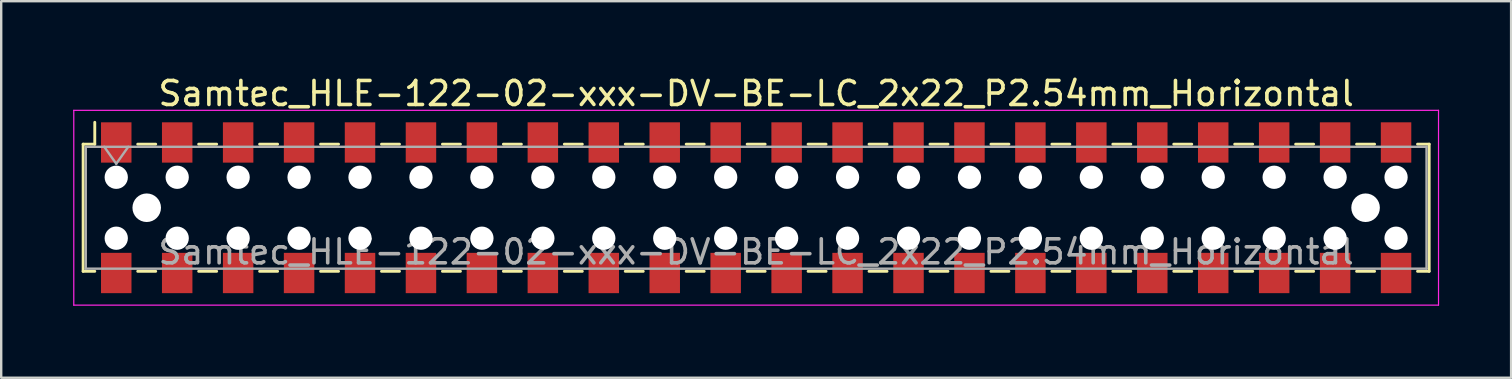
<source format=kicad_pcb>
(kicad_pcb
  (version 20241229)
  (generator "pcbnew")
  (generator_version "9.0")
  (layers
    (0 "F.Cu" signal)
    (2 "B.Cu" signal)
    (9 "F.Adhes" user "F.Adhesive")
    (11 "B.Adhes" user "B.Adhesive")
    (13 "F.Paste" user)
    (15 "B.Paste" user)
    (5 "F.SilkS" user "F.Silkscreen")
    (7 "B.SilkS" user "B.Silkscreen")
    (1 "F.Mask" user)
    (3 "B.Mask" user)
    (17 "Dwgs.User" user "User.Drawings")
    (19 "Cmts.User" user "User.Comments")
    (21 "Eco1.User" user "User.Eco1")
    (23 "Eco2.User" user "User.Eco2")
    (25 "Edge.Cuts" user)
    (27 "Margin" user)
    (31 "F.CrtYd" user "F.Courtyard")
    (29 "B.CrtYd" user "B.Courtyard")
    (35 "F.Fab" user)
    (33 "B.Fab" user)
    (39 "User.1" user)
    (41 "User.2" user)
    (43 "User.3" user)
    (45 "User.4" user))
  (footprint "Samtec_HLE-122-02-xxx-DV-BE-LC_2x22_P2.54mm_Horizontal"
    (layer "F.Cu")
    (at 28.465 5.608)
    (property "Reference" "Samtec_HLE-122-02-xxx-DV-BE-LC_2x22_P2.54mm_Horizontal" (at 0 -4.76 0) (layer "F.SilkS") (effects (font (size 1 1) (thickness 0.15))))
    (attr smd)
    (fp_line (start -28.05 -2.65) (end -28.05 2.65) (stroke (width 0.12) (type solid)) (layer "F.SilkS"))
    (fp_line (start -28.05 2.65) (end -27.565 2.65) (stroke (width 0.12) (type solid)) (layer "F.SilkS"))
    (fp_line (start -27.565 -3.56) (end -27.565 -2.65) (stroke (width 0.12) (type solid)) (layer "F.SilkS"))
    (fp_line (start -27.565 -2.65) (end -28.05 -2.65) (stroke (width 0.12) (type solid)) (layer "F.SilkS"))
    (fp_line (start -25.775 -2.65) (end -25.025 -2.65) (stroke (width 0.12) (type solid)) (layer "F.SilkS"))
    (fp_line (start -25.775 2.65) (end -25.025 2.65) (stroke (width 0.12) (type solid)) (layer "F.SilkS"))
    (fp_line (start -23.235 -2.65) (end -22.485 -2.65) (stroke (width 0.12) (type solid)) (layer "F.SilkS"))
    (fp_line (start -23.235 2.65) (end -22.485 2.65) (stroke (width 0.12) (type solid)) (layer "F.SilkS"))
    (fp_line (start -20.695 -2.65) (end -19.945 -2.65) (stroke (width 0.12) (type solid)) (layer "F.SilkS"))
    (fp_line (start -20.695 2.65) (end -19.945 2.65) (stroke (width 0.12) (type solid)) (layer "F.SilkS"))
    (fp_line (start -18.155 -2.65) (end -17.405 -2.65) (stroke (width 0.12) (type solid)) (layer "F.SilkS"))
    (fp_line (start -18.155 2.65) (end -17.405 2.65) (stroke (width 0.12) (type solid)) (layer "F.SilkS"))
    (fp_line (start -15.615 -2.65) (end -14.865 -2.65) (stroke (width 0.12) (type solid)) (layer "F.SilkS"))
    (fp_line (start -15.615 2.65) (end -14.865 2.65) (stroke (width 0.12) (type solid)) (layer "F.SilkS"))
    (fp_line (start -13.075 -2.65) (end -12.325 -2.65) (stroke (width 0.12) (type solid)) (layer "F.SilkS"))
    (fp_line (start -13.075 2.65) (end -12.325 2.65) (stroke (width 0.12) (type solid)) (layer "F.SilkS"))
    (fp_line (start -10.535 -2.65) (end -9.785 -2.65) (stroke (width 0.12) (type solid)) (layer "F.SilkS"))
    (fp_line (start -10.535 2.65) (end -9.785 2.65) (stroke (width 0.12) (type solid)) (layer "F.SilkS"))
    (fp_line (start -7.995 -2.65) (end -7.245 -2.65) (stroke (width 0.12) (type solid)) (layer "F.SilkS"))
    (fp_line (start -7.995 2.65) (end -7.245 2.65) (stroke (width 0.12) (type solid)) (layer "F.SilkS"))
    (fp_line (start -5.455 -2.65) (end -4.705 -2.65) (stroke (width 0.12) (type solid)) (layer "F.SilkS"))
    (fp_line (start -5.455 2.65) (end -4.705 2.65) (stroke (width 0.12) (type solid)) (layer "F.SilkS"))
    (fp_line (start -2.915 -2.65) (end -2.165 -2.65) (stroke (width 0.12) (type solid)) (layer "F.SilkS"))
    (fp_line (start -2.915 2.65) (end -2.165 2.65) (stroke (width 0.12) (type solid)) (layer "F.SilkS"))
    (fp_line (start -0.375 -2.65) (end 0.375 -2.65) (stroke (width 0.12) (type solid)) (layer "F.SilkS"))
    (fp_line (start -0.375 2.65) (end 0.375 2.65) (stroke (width 0.12) (type solid)) (layer "F.SilkS"))
    (fp_line (start 2.165 -2.65) (end 2.915 -2.65) (stroke (width 0.12) (type solid)) (layer "F.SilkS"))
    (fp_line (start 2.165 2.65) (end 2.915 2.65) (stroke (width 0.12) (type solid)) (layer "F.SilkS"))
    (fp_line (start 4.705 -2.65) (end 5.455 -2.65) (stroke (width 0.12) (type solid)) (layer "F.SilkS"))
    (fp_line (start 4.705 2.65) (end 5.455 2.65) (stroke (width 0.12) (type solid)) (layer "F.SilkS"))
    (fp_line (start 7.245 -2.65) (end 7.995 -2.65) (stroke (width 0.12) (type solid)) (layer "F.SilkS"))
    (fp_line (start 7.245 2.65) (end 7.995 2.65) (stroke (width 0.12) (type solid)) (layer "F.SilkS"))
    (fp_line (start 9.785 -2.65) (end 10.535 -2.65) (stroke (width 0.12) (type solid)) (layer "F.SilkS"))
    (fp_line (start 9.785 2.65) (end 10.535 2.65) (stroke (width 0.12) (type solid)) (layer "F.SilkS"))
    (fp_line (start 12.325 -2.65) (end 13.075 -2.65) (stroke (width 0.12) (type solid)) (layer "F.SilkS"))
    (fp_line (start 12.325 2.65) (end 13.075 2.65) (stroke (width 0.12) (type solid)) (layer "F.SilkS"))
    (fp_line (start 14.865 -2.65) (end 15.615 -2.65) (stroke (width 0.12) (type solid)) (layer "F.SilkS"))
    (fp_line (start 14.865 2.65) (end 15.615 2.65) (stroke (width 0.12) (type solid)) (layer "F.SilkS"))
    (fp_line (start 17.405 -2.65) (end 18.155 -2.65) (stroke (width 0.12) (type solid)) (layer "F.SilkS"))
    (fp_line (start 17.405 2.65) (end 18.155 2.65) (stroke (width 0.12) (type solid)) (layer "F.SilkS"))
    (fp_line (start 19.945 -2.65) (end 20.695 -2.65) (stroke (width 0.12) (type solid)) (layer "F.SilkS"))
    (fp_line (start 19.945 2.65) (end 20.695 2.65) (stroke (width 0.12) (type solid)) (layer "F.SilkS"))
    (fp_line (start 22.485 -2.65) (end 23.235 -2.65) (stroke (width 0.12) (type solid)) (layer "F.SilkS"))
    (fp_line (start 22.485 2.65) (end 23.235 2.65) (stroke (width 0.12) (type solid)) (layer "F.SilkS"))
    (fp_line (start 25.025 -2.65) (end 25.775 -2.65) (stroke (width 0.12) (type solid)) (layer "F.SilkS"))
    (fp_line (start 25.025 2.65) (end 25.775 2.65) (stroke (width 0.12) (type solid)) (layer "F.SilkS"))
    (fp_line (start 27.565 -2.65) (end 28.05 -2.65) (stroke (width 0.12) (type solid)) (layer "F.SilkS"))
    (fp_line (start 28.05 -2.65) (end 28.05 2.65) (stroke (width 0.12) (type solid)) (layer "F.SilkS"))
    (fp_line (start 28.05 2.65) (end 27.565 2.65) (stroke (width 0.12) (type solid)) (layer "F.SilkS"))
    (fp_line (start -28.44 -4.06) (end 28.44 -4.06) (stroke (width 0.05) (type solid)) (layer "F.CrtYd"))
    (fp_line (start -28.44 4.06) (end -28.44 -4.06) (stroke (width 0.05) (type solid)) (layer "F.CrtYd"))
    (fp_line (start 28.44 -4.06) (end 28.44 4.06) (stroke (width 0.05) (type solid)) (layer "F.CrtYd"))
    (fp_line (start 28.44 4.06) (end -28.44 4.06) (stroke (width 0.05) (type solid)) (layer "F.CrtYd"))
    (fp_line (start -27.94 -2.54) (end 27.94 -2.54) (stroke (width 0.1) (type solid)) (layer "F.Fab"))
    (fp_line (start -27.94 2.54) (end -27.94 -2.54) (stroke (width 0.1) (type solid)) (layer "F.Fab"))
    (fp_line (start -27.17 -2.54) (end -26.67 -1.833) (stroke (width 0.1) (type solid)) (layer "F.Fab"))
    (fp_line (start -26.67 -1.833) (end -26.17 -2.54) (stroke (width 0.1) (type solid)) (layer "F.Fab"))
    (fp_line (start 27.94 -2.54) (end 27.94 2.54) (stroke (width 0.1) (type solid)) (layer "F.Fab"))
    (fp_line (start 27.94 2.54) (end -27.94 2.54) (stroke (width 0.1) (type solid)) (layer "F.Fab"))
    (fp_text user "${REFERENCE}" (at 0 1.84 0) (layer "F.Fab") (effects (font (size 1 1) (thickness 0.15))))
    (pad "" np_thru_hole circle (at -26.67 -1.27) (size 0.97 0.97) (drill 0.97) (layers "*.Cu" "*.Mask"))
    (pad "" np_thru_hole circle (at -26.67 1.27) (size 0.97 0.97) (drill 0.97) (layers "*.Cu" "*.Mask"))
    (pad "" np_thru_hole circle (at -25.4 0) (size 1.19 1.19) (drill 1.19) (layers "*.Cu" "*.Mask"))
    (pad "" np_thru_hole circle (at -24.13 -1.27) (size 0.97 0.97) (drill 0.97) (layers "*.Cu" "*.Mask"))
    (pad "" np_thru_hole circle (at -24.13 1.27) (size 0.97 0.97) (drill 0.97) (layers "*.Cu" "*.Mask"))
    (pad "" np_thru_hole circle (at -21.59 -1.27) (size 0.97 0.97) (drill 0.97) (layers "*.Cu" "*.Mask"))
    (pad "" np_thru_hole circle (at -21.59 1.27) (size 0.97 0.97) (drill 0.97) (layers "*.Cu" "*.Mask"))
    (pad "" np_thru_hole circle (at -19.05 -1.27) (size 0.97 0.97) (drill 0.97) (layers "*.Cu" "*.Mask"))
    (pad "" np_thru_hole circle (at -19.05 1.27) (size 0.97 0.97) (drill 0.97) (layers "*.Cu" "*.Mask"))
    (pad "" np_thru_hole circle (at -16.51 -1.27) (size 0.97 0.97) (drill 0.97) (layers "*.Cu" "*.Mask"))
    (pad "" np_thru_hole circle (at -16.51 1.27) (size 0.97 0.97) (drill 0.97) (layers "*.Cu" "*.Mask"))
    (pad "" np_thru_hole circle (at -13.97 -1.27) (size 0.97 0.97) (drill 0.97) (layers "*.Cu" "*.Mask"))
    (pad "" np_thru_hole circle (at -13.97 1.27) (size 0.97 0.97) (drill 0.97) (layers "*.Cu" "*.Mask"))
    (pad "" np_thru_hole circle (at -11.43 -1.27) (size 0.97 0.97) (drill 0.97) (layers "*.Cu" "*.Mask"))
    (pad "" np_thru_hole circle (at -11.43 1.27) (size 0.97 0.97) (drill 0.97) (layers "*.Cu" "*.Mask"))
    (pad "" np_thru_hole circle (at -8.89 -1.27) (size 0.97 0.97) (drill 0.97) (layers "*.Cu" "*.Mask"))
    (pad "" np_thru_hole circle (at -8.89 1.27) (size 0.97 0.97) (drill 0.97) (layers "*.Cu" "*.Mask"))
    (pad "" np_thru_hole circle (at -6.35 -1.27) (size 0.97 0.97) (drill 0.97) (layers "*.Cu" "*.Mask"))
    (pad "" np_thru_hole circle (at -6.35 1.27) (size 0.97 0.97) (drill 0.97) (layers "*.Cu" "*.Mask"))
    (pad "" np_thru_hole circle (at -3.81 -1.27) (size 0.97 0.97) (drill 0.97) (layers "*.Cu" "*.Mask"))
    (pad "" np_thru_hole circle (at -3.81 1.27) (size 0.97 0.97) (drill 0.97) (layers "*.Cu" "*.Mask"))
    (pad "" np_thru_hole circle (at -1.27 -1.27) (size 0.97 0.97) (drill 0.97) (layers "*.Cu" "*.Mask"))
    (pad "" np_thru_hole circle (at -1.27 1.27) (size 0.97 0.97) (drill 0.97) (layers "*.Cu" "*.Mask"))
    (pad "" np_thru_hole circle (at 1.27 -1.27) (size 0.97 0.97) (drill 0.97) (layers "*.Cu" "*.Mask"))
    (pad "" np_thru_hole circle (at 1.27 1.27) (size 0.97 0.97) (drill 0.97) (layers "*.Cu" "*.Mask"))
    (pad "" np_thru_hole circle (at 3.81 -1.27) (size 0.97 0.97) (drill 0.97) (layers "*.Cu" "*.Mask"))
    (pad "" np_thru_hole circle (at 3.81 1.27) (size 0.97 0.97) (drill 0.97) (layers "*.Cu" "*.Mask"))
    (pad "" np_thru_hole circle (at 6.35 -1.27) (size 0.97 0.97) (drill 0.97) (layers "*.Cu" "*.Mask"))
    (pad "" np_thru_hole circle (at 6.35 1.27) (size 0.97 0.97) (drill 0.97) (layers "*.Cu" "*.Mask"))
    (pad "" np_thru_hole circle (at 8.89 -1.27) (size 0.97 0.97) (drill 0.97) (layers "*.Cu" "*.Mask"))
    (pad "" np_thru_hole circle (at 8.89 1.27) (size 0.97 0.97) (drill 0.97) (layers "*.Cu" "*.Mask"))
    (pad "" np_thru_hole circle (at 11.43 -1.27) (size 0.97 0.97) (drill 0.97) (layers "*.Cu" "*.Mask"))
    (pad "" np_thru_hole circle (at 11.43 1.27) (size 0.97 0.97) (drill 0.97) (layers "*.Cu" "*.Mask"))
    (pad "" np_thru_hole circle (at 13.97 -1.27) (size 0.97 0.97) (drill 0.97) (layers "*.Cu" "*.Mask"))
    (pad "" np_thru_hole circle (at 13.97 1.27) (size 0.97 0.97) (drill 0.97) (layers "*.Cu" "*.Mask"))
    (pad "" np_thru_hole circle (at 16.51 -1.27) (size 0.97 0.97) (drill 0.97) (layers "*.Cu" "*.Mask"))
    (pad "" np_thru_hole circle (at 16.51 1.27) (size 0.97 0.97) (drill 0.97) (layers "*.Cu" "*.Mask"))
    (pad "" np_thru_hole circle (at 19.05 -1.27) (size 0.97 0.97) (drill 0.97) (layers "*.Cu" "*.Mask"))
    (pad "" np_thru_hole circle (at 19.05 1.27) (size 0.97 0.97) (drill 0.97) (layers "*.Cu" "*.Mask"))
    (pad "" np_thru_hole circle (at 21.59 -1.27) (size 0.97 0.97) (drill 0.97) (layers "*.Cu" "*.Mask"))
    (pad "" np_thru_hole circle (at 21.59 1.27) (size 0.97 0.97) (drill 0.97) (layers "*.Cu" "*.Mask"))
    (pad "" np_thru_hole circle (at 24.13 -1.27) (size 0.97 0.97) (drill 0.97) (layers "*.Cu" "*.Mask"))
    (pad "" np_thru_hole circle (at 24.13 1.27) (size 0.97 0.97) (drill 0.97) (layers "*.Cu" "*.Mask"))
    (pad "" np_thru_hole circle (at 25.4 0) (size 1.19 1.19) (drill 1.19) (layers "*.Cu" "*.Mask"))
    (pad "" np_thru_hole circle (at 26.67 -1.27) (size 0.97 0.97) (drill 0.97) (layers "*.Cu" "*.Mask"))
    (pad "" np_thru_hole circle (at 26.67 1.27) (size 0.97 0.97) (drill 0.97) (layers "*.Cu" "*.Mask"))
    (pad "1" smd rect (at -26.67 -2.72) (size 1.27 1.68) (layers "F.Cu" "F.Mask" "F.Paste"))
    (pad "2" smd rect (at -26.67 2.72) (size 1.27 1.68) (layers "F.Cu" "F.Mask" "F.Paste"))
    (pad "3" smd rect (at -24.13 -2.72) (size 1.27 1.68) (layers "F.Cu" "F.Mask" "F.Paste"))
    (pad "4" smd rect (at -24.13 2.72) (size 1.27 1.68) (layers "F.Cu" "F.Mask" "F.Paste"))
    (pad "5" smd rect (at -21.59 -2.72) (size 1.27 1.68) (layers "F.Cu" "F.Mask" "F.Paste"))
    (pad "6" smd rect (at -21.59 2.72) (size 1.27 1.68) (layers "F.Cu" "F.Mask" "F.Paste"))
    (pad "7" smd rect (at -19.05 -2.72) (size 1.27 1.68) (layers "F.Cu" "F.Mask" "F.Paste"))
    (pad "8" smd rect (at -19.05 2.72) (size 1.27 1.68) (layers "F.Cu" "F.Mask" "F.Paste"))
    (pad "9" smd rect (at -16.51 -2.72) (size 1.27 1.68) (layers "F.Cu" "F.Mask" "F.Paste"))
    (pad "10" smd rect (at -16.51 2.72) (size 1.27 1.68) (layers "F.Cu" "F.Mask" "F.Paste"))
    (pad "11" smd rect (at -13.97 -2.72) (size 1.27 1.68) (layers "F.Cu" "F.Mask" "F.Paste"))
    (pad "12" smd rect (at -13.97 2.72) (size 1.27 1.68) (layers "F.Cu" "F.Mask" "F.Paste"))
    (pad "13" smd rect (at -11.43 -2.72) (size 1.27 1.68) (layers "F.Cu" "F.Mask" "F.Paste"))
    (pad "14" smd rect (at -11.43 2.72) (size 1.27 1.68) (layers "F.Cu" "F.Mask" "F.Paste"))
    (pad "15" smd rect (at -8.89 -2.72) (size 1.27 1.68) (layers "F.Cu" "F.Mask" "F.Paste"))
    (pad "16" smd rect (at -8.89 2.72) (size 1.27 1.68) (layers "F.Cu" "F.Mask" "F.Paste"))
    (pad "17" smd rect (at -6.35 -2.72) (size 1.27 1.68) (layers "F.Cu" "F.Mask" "F.Paste"))
    (pad "18" smd rect (at -6.35 2.72) (size 1.27 1.68) (layers "F.Cu" "F.Mask" "F.Paste"))
    (pad "19" smd rect (at -3.81 -2.72) (size 1.27 1.68) (layers "F.Cu" "F.Mask" "F.Paste"))
    (pad "20" smd rect (at -3.81 2.72) (size 1.27 1.68) (layers "F.Cu" "F.Mask" "F.Paste"))
    (pad "21" smd rect (at -1.27 -2.72) (size 1.27 1.68) (layers "F.Cu" "F.Mask" "F.Paste"))
    (pad "22" smd rect (at -1.27 2.72) (size 1.27 1.68) (layers "F.Cu" "F.Mask" "F.Paste"))
    (pad "23" smd rect (at 1.27 -2.72) (size 1.27 1.68) (layers "F.Cu" "F.Mask" "F.Paste"))
    (pad "24" smd rect (at 1.27 2.72) (size 1.27 1.68) (layers "F.Cu" "F.Mask" "F.Paste"))
    (pad "25" smd rect (at 3.81 -2.72) (size 1.27 1.68) (layers "F.Cu" "F.Mask" "F.Paste"))
    (pad "26" smd rect (at 3.81 2.72) (size 1.27 1.68) (layers "F.Cu" "F.Mask" "F.Paste"))
    (pad "27" smd rect (at 6.35 -2.72) (size 1.27 1.68) (layers "F.Cu" "F.Mask" "F.Paste"))
    (pad "28" smd rect (at 6.35 2.72) (size 1.27 1.68) (layers "F.Cu" "F.Mask" "F.Paste"))
    (pad "29" smd rect (at 8.89 -2.72) (size 1.27 1.68) (layers "F.Cu" "F.Mask" "F.Paste"))
    (pad "30" smd rect (at 8.89 2.72) (size 1.27 1.68) (layers "F.Cu" "F.Mask" "F.Paste"))
    (pad "31" smd rect (at 11.43 -2.72) (size 1.27 1.68) (layers "F.Cu" "F.Mask" "F.Paste"))
    (pad "32" smd rect (at 11.43 2.72) (size 1.27 1.68) (layers "F.Cu" "F.Mask" "F.Paste"))
    (pad "33" smd rect (at 13.97 -2.72) (size 1.27 1.68) (layers "F.Cu" "F.Mask" "F.Paste"))
    (pad "34" smd rect (at 13.97 2.72) (size 1.27 1.68) (layers "F.Cu" "F.Mask" "F.Paste"))
    (pad "35" smd rect (at 16.51 -2.72) (size 1.27 1.68) (layers "F.Cu" "F.Mask" "F.Paste"))
    (pad "36" smd rect (at 16.51 2.72) (size 1.27 1.68) (layers "F.Cu" "F.Mask" "F.Paste"))
    (pad "37" smd rect (at 19.05 -2.72) (size 1.27 1.68) (layers "F.Cu" "F.Mask" "F.Paste"))
    (pad "38" smd rect (at 19.05 2.72) (size 1.27 1.68) (layers "F.Cu" "F.Mask" "F.Paste"))
    (pad "39" smd rect (at 21.59 -2.72) (size 1.27 1.68) (layers "F.Cu" "F.Mask" "F.Paste"))
    (pad "40" smd rect (at 21.59 2.72) (size 1.27 1.68) (layers "F.Cu" "F.Mask" "F.Paste"))
    (pad "41" smd rect (at 24.13 -2.72) (size 1.27 1.68) (layers "F.Cu" "F.Mask" "F.Paste"))
    (pad "42" smd rect (at 24.13 2.72) (size 1.27 1.68) (layers "F.Cu" "F.Mask" "F.Paste"))
    (pad "43" smd rect (at 26.67 -2.72) (size 1.27 1.68) (layers "F.Cu" "F.Mask" "F.Paste"))
    (pad "44" smd rect (at 26.67 2.72) (size 1.27 1.68) (layers "F.Cu" "F.Mask" "F.Paste")))
  (gr_rect
    (start -3 -3)
    (end 59.93 12.693)
    (stroke (width 0.1) (type default))
    (fill no)
    (layer "Edge.Cuts")))
</source>
